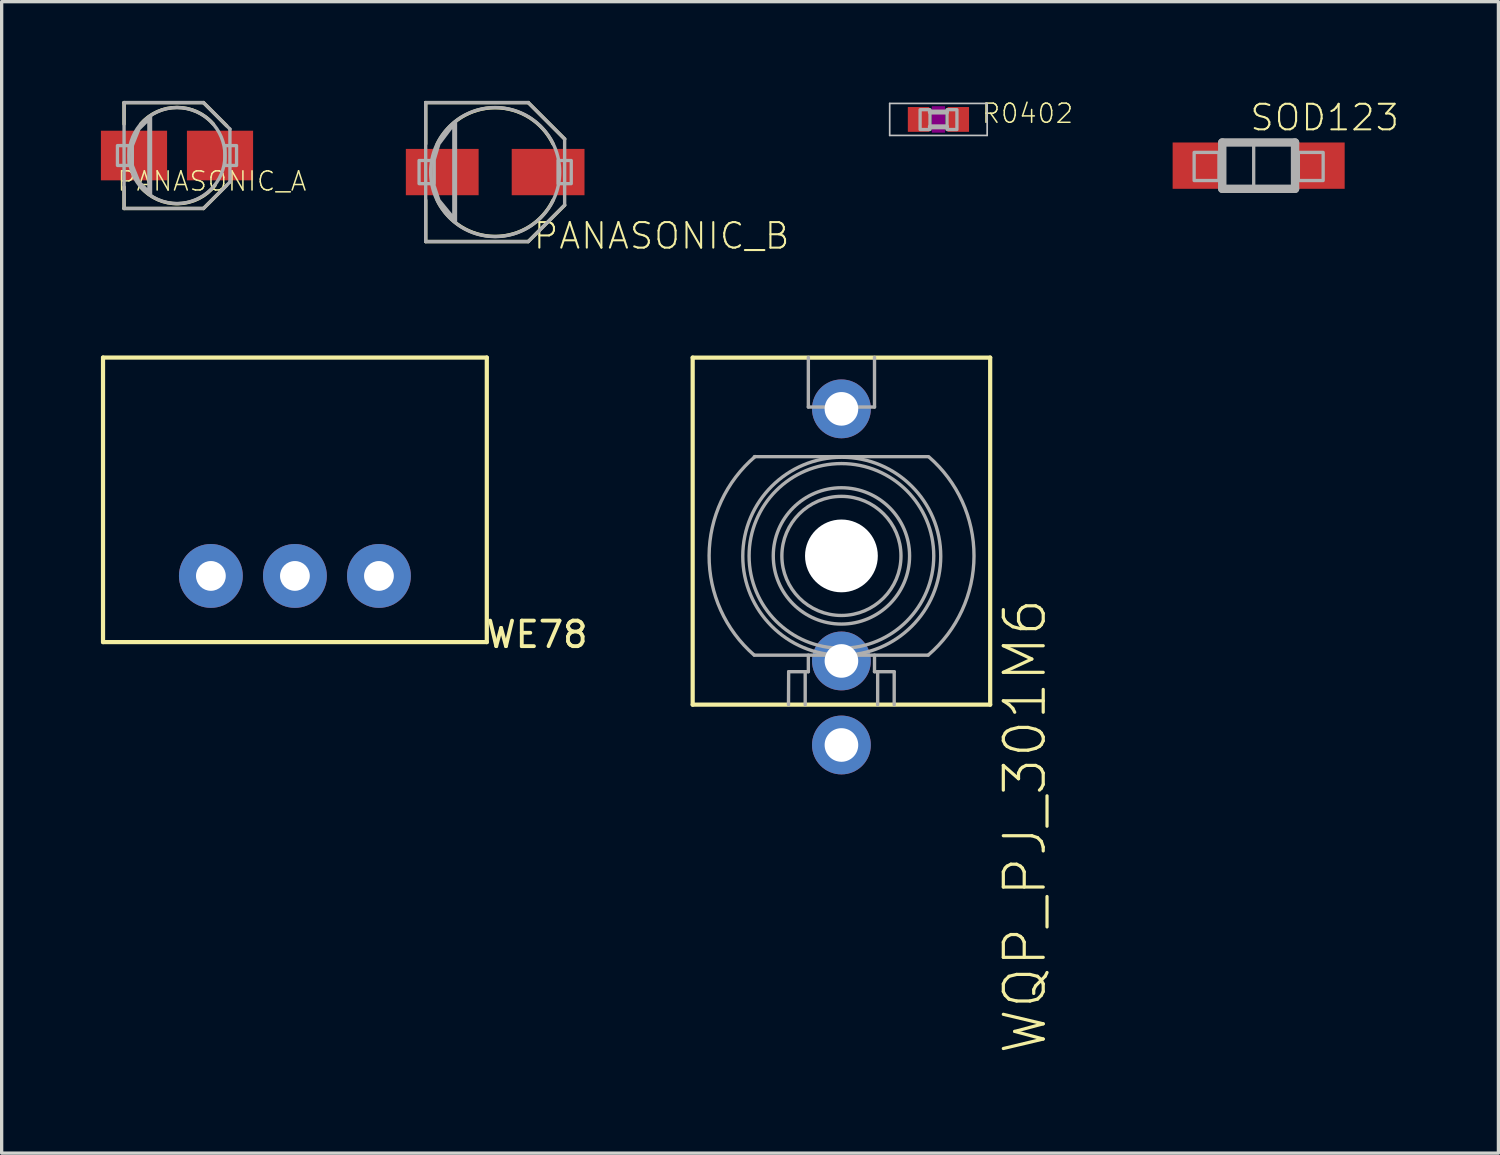
<source format=kicad_pcb>
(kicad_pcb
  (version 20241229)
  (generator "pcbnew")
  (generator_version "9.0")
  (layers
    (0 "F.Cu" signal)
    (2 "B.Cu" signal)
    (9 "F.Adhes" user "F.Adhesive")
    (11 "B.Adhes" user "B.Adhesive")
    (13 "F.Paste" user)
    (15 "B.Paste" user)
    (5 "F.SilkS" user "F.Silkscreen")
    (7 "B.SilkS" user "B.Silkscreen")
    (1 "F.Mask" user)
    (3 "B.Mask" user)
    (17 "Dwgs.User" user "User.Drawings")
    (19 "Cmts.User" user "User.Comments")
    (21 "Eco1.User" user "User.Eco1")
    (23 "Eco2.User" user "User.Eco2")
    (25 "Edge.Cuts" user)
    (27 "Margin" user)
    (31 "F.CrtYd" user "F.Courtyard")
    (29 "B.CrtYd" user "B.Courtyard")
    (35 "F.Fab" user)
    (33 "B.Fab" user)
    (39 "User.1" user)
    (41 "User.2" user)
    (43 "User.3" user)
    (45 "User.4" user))
  (footprint "R0402"
    (layer "F.Cu")
    (at 25.315 0.56)
    (property "Reference" "R0402" (at 1.27 0.159 0) (layer "F.SilkS") (effects (font (size 0.579 0.579) (thickness 0.046)) (justify left bottom)))
    (attr through_hole)
    (fp_poly (pts (xy -0.2 0.4) (xy 0.2 0.4) (xy 0.2 -0.4) (xy -0.2 -0.4)) (stroke (width 0) (type solid)) (fill yes) (layer "F.Adhes"))
    (fp_line (start -1.473 -0.483) (end 1.473 -0.483) (stroke (width 0.051) (type solid)) (layer "Dwgs.User"))
    (fp_line (start -1.473 0.483) (end -1.473 -0.483) (stroke (width 0.051) (type solid)) (layer "Dwgs.User"))
    (fp_line (start 1.473 -0.483) (end 1.473 0.483) (stroke (width 0.051) (type solid)) (layer "Dwgs.User"))
    (fp_line (start 1.473 0.483) (end -1.473 0.483) (stroke (width 0.051) (type solid)) (layer "Dwgs.User"))
    (fp_line (start -0.245 -0.224) (end 0.245 -0.224) (stroke (width 0.152) (type solid)) (layer "F.Fab"))
    (fp_line (start 0.245 0.224) (end -0.245 0.224) (stroke (width 0.152) (type solid)) (layer "F.Fab"))
    (fp_poly (pts (xy -0.554 0.305) (xy -0.254 0.305) (xy -0.254 -0.295) (xy -0.554 -0.295)) (stroke (width 0.1) (type solid)) (fill no) (layer "F.Fab"))
    (fp_poly (pts (xy 0.259 0.305) (xy 0.559 0.305) (xy 0.559 -0.295) (xy 0.259 -0.295)) (stroke (width 0.1) (type solid)) (fill no) (layer "F.Fab"))
    (pad "1" smd rect (at -0.6 0) (size 0.65 0.75) (layers "F.Cu" "F.Mask" "F.Paste"))
    (pad "2" smd rect (at 0.6 0) (size 0.65 0.75) (layers "F.Cu" "F.Mask" "F.Paste")))
  (footprint "SOD123"
    (layer "F.Cu")
    (at 34.994 1.957)
    (property "Reference" "SOD123" (at -0.306 -1 180) (layer "F.SilkS") (effects (font (size 0.772 0.772) (thickness 0.062)) (justify left bottom)))
    (attr through_hole)
    (fp_line (start -1.1 -0.7) (end 1.1 -0.7) (stroke (width 0.254) (type solid)) (layer "F.Fab"))
    (fp_line (start -1.1 0.7) (end -1.1 -0.7) (stroke (width 0.254) (type solid)) (layer "F.Fab"))
    (fp_line (start 1.1 -0.7) (end 1.1 0.7) (stroke (width 0.254) (type solid)) (layer "F.Fab"))
    (fp_line (start 1.1 0.7) (end -1.1 0.7) (stroke (width 0.254) (type solid)) (layer "F.Fab"))
    (fp_poly (pts (xy -1.95 0.45) (xy -1.2 0.45) (xy -1.2 -0.4) (xy -1.95 -0.4)) (stroke (width 0.1) (type solid)) (fill no) (layer "F.Fab"))
    (fp_poly (pts (xy -1.05 0.65) (xy -0.15 0.65) (xy -0.15 -0.7) (xy -1.05 -0.7)) (stroke (width 0.1) (type solid)) (fill no) (layer "F.Fab"))
    (fp_poly (pts (xy 1.2 0.45) (xy 1.95 0.45) (xy 1.95 -0.4) (xy 1.2 -0.4)) (stroke (width 0.1) (type solid)) (fill no) (layer "F.Fab"))
    (pad "A" smd rect (at 1.9 0) (size 1.4 1.4) (layers "F.Cu" "F.Mask" "F.Paste"))
    (pad "C" smd rect (at -1.9 0) (size 1.4 1.4) (layers "F.Cu" "F.Mask" "F.Paste")))
  (footprint "WE78"
    (layer "F.Cu")
    (at 5.864 14.358)
    (property "Reference" "WE78" (at 5.715 2.223 180) (layer "F.SilkS") (effects (font (size 0.772 0.772) (thickness 0.116)) (justify left bottom)))
    (attr through_hole)
    (fp_line (start -5.8 -6.6) (end 5.8 -6.6) (stroke (width 0.127) (type solid)) (layer "F.SilkS"))
    (fp_line (start -5.8 2) (end -5.8 -6.6) (stroke (width 0.127) (type solid)) (layer "F.SilkS"))
    (fp_line (start -5.8 2) (end 5.8 2) (stroke (width 0.127) (type solid)) (layer "F.SilkS"))
    (fp_line (start 5.8 -6.6) (end 5.8 2) (stroke (width 0.127) (type solid)) (layer "F.SilkS"))
    (pad "1" thru_hole circle (at -2.54 0 90) (size 1.93 1.93) (drill 0.9) (layers "*.Cu" "*.Mask"))
    (pad "2" thru_hole circle (at 0 0 90) (size 1.93 1.93) (drill 0.9) (layers "*.Cu" "*.Mask"))
    (pad "3" thru_hole circle (at 2.54 0 90) (size 1.93 1.93) (drill 0.9) (layers "*.Cu" "*.Mask")))
  (footprint "PANASONIC_B"
    (layer "F.Cu")
    (at 11.917 2.151)
    (property "Reference" "PANASONIC_B" (at 1.111 2.381 180) (layer "F.SilkS") (effects (font (size 0.772 0.772) (thickness 0.062)) (justify left bottom)))
    (attr through_hole)
    (fp_line (start -2.1 -2.1) (end 1 -2.1) (stroke (width 0.102) (type solid)) (layer "F.SilkS"))
    (fp_line (start -2.1 -0.85) (end -2.1 -2.1) (stroke (width 0.102) (type solid)) (layer "F.SilkS"))
    (fp_line (start -2.1 2.1) (end -2.1 0.85) (stroke (width 0.102) (type solid)) (layer "F.SilkS"))
    (fp_line (start 1 -2.1) (end 2.1 -1) (stroke (width 0.102) (type solid)) (layer "F.SilkS"))
    (fp_line (start 1 2.1) (end -2.1 2.1) (stroke (width 0.102) (type solid)) (layer "F.SilkS"))
    (fp_line (start 2.1 1) (end 1 2.1) (stroke (width 0.102) (type solid)) (layer "F.SilkS"))
    (fp_arc (start -1.75 -0.85) (mid 0 -1.945508) (end 1.75 -0.85) (stroke (width 0.1016) (type solid)) (layer "F.SilkS"))
    (fp_arc (start 1.75 0.85) (mid 0 1.945508) (end -1.75 0.85) (stroke (width 0.1016) (type solid)) (layer "F.SilkS"))
    (fp_line (start -2.1 -2.1) (end 1 -2.1) (stroke (width 0.102) (type solid)) (layer "F.Fab"))
    (fp_line (start -2.1 2.1) (end -2.1 -2.1) (stroke (width 0.102) (type solid)) (layer "F.Fab"))
    (fp_line (start -1.2 -1.5) (end -1.2 1.5) (stroke (width 0.102) (type solid)) (layer "F.Fab"))
    (fp_line (start 1 -2.1) (end 2.1 -1) (stroke (width 0.102) (type solid)) (layer "F.Fab"))
    (fp_line (start 1 2.1) (end -2.1 2.1) (stroke (width 0.102) (type solid)) (layer "F.Fab"))
    (fp_line (start 2.1 -1) (end 2.1 1) (stroke (width 0.102) (type solid)) (layer "F.Fab"))
    (fp_line (start 2.1 1) (end 1 2.1) (stroke (width 0.102) (type solid)) (layer "F.Fab"))
    (fp_circle (center 0 0) (end 1.95 0) (stroke (width 0.102) (type solid)) (fill no) (layer "F.Fab"))
    (fp_poly (pts (xy -2.3 0.35) (xy -1.85 0.35) (xy -1.85 -0.35) (xy -2.3 -0.35)) (stroke (width 0.1) (type solid)) (fill no) (layer "F.Fab"))
    (fp_poly (pts (xy 1.9 0.35) (xy 2.3 0.35) (xy 2.3 -0.35) (xy 1.9 -0.35)) (stroke (width 0.1) (type solid)) (fill no) (layer "F.Fab"))
    (fp_poly (pts (xy -1.25 -1.45) (xy -1.7 -0.85) (xy -1.85 -0.35) (xy -1.85 0.4) (xy -1.7 0.85) (xy -1.25 1.4) (xy -1.25 -1.4)) (stroke (width 0.1) (type solid)) (fill no) (layer "F.Fab"))
    (pad "+" smd rect (at 1.6 0) (size 2.2 1.4) (layers "F.Cu" "F.Mask" "F.Paste"))
    (pad "-" smd rect (at -1.6 0) (size 2.2 1.4) (layers "F.Cu" "F.Mask" "F.Paste")))
  (footprint "PANASONIC_A"
    (layer "F.Cu")
    (at 2.3 1.651)
    (property "Reference" "PANASONIC_A" (at -1.843 1.115 0) (layer "F.SilkS") (effects (font (size 0.579 0.579) (thickness 0.046)) (justify left bottom)))
    (attr through_hole)
    (fp_line (start -1.6 -1.6) (end 0.8 -1.6) (stroke (width 0.102) (type solid)) (layer "F.SilkS"))
    (fp_line (start -1.6 -0.95) (end -1.6 -1.6) (stroke (width 0.102) (type solid)) (layer "F.SilkS"))
    (fp_line (start -1.6 1.6) (end -1.6 0.95) (stroke (width 0.102) (type solid)) (layer "F.SilkS"))
    (fp_line (start 0.8 -1.6) (end 1.5 -0.9) (stroke (width 0.102) (type solid)) (layer "F.SilkS"))
    (fp_line (start 0.8 1.6) (end -1.6 1.6) (stroke (width 0.102) (type solid)) (layer "F.SilkS"))
    (fp_line (start 1.5 0.9) (end 0.8 1.6) (stroke (width 0.102) (type solid)) (layer "F.SilkS"))
    (fp_arc (start -1.1 -0.95) (mid 0 -1.453444) (end 1.1 -0.95) (stroke (width 0.1016) (type solid)) (layer "F.SilkS"))
    (fp_arc (start 1.149999 0.9) (mid 0.03681 1.456451) (end -1.1 0.95) (stroke (width 0.1016) (type solid)) (layer "F.SilkS"))
    (fp_line (start -1.6 -1.6) (end 0.8 -1.6) (stroke (width 0.102) (type solid)) (layer "F.Fab"))
    (fp_line (start -1.6 1.6) (end -1.6 -1.6) (stroke (width 0.102) (type solid)) (layer "F.Fab"))
    (fp_line (start -0.8 -1.2) (end -0.8 1.2) (stroke (width 0.102) (type solid)) (layer "F.Fab"))
    (fp_line (start 0.8 -1.6) (end 1.6 -0.8) (stroke (width 0.102) (type solid)) (layer "F.Fab"))
    (fp_line (start 0.8 1.6) (end -1.6 1.6) (stroke (width 0.102) (type solid)) (layer "F.Fab"))
    (fp_line (start 1.6 -0.8) (end 1.6 0.8) (stroke (width 0.102) (type solid)) (layer "F.Fab"))
    (fp_line (start 1.6 0.8) (end 0.8 1.6) (stroke (width 0.102) (type solid)) (layer "F.Fab"))
    (fp_circle (center 0 0) (end 1.45 0) (stroke (width 0.102) (type solid)) (fill no) (layer "F.Fab"))
    (fp_poly (pts (xy -1.8 0.3) (xy -1.45 0.3) (xy -1.45 -0.3) (xy -1.8 -0.3)) (stroke (width 0.1) (type solid)) (fill no) (layer "F.Fab"))
    (fp_poly (pts (xy 1.45 0.3) (xy 1.8 0.3) (xy 1.8 -0.3) (xy 1.45 -0.3)) (stroke (width 0.1) (type solid)) (fill no) (layer "F.Fab"))
    (fp_poly (pts (xy -0.85 -1.1) (xy -1.15 -0.8) (xy -1.35 -0.3) (xy -1.35 0.3) (xy -1.15 0.8) (xy -0.85 1.1) (xy -0.85 -1.05)) (stroke (width 0.1) (type solid)) (fill no) (layer "F.Fab"))
    (pad "+" smd rect (at 1.3 0) (size 2 1.5) (layers "F.Cu" "F.Mask" "F.Paste"))
    (pad "-" smd rect (at -1.3 0) (size 2 1.5) (layers "F.Cu" "F.Mask" "F.Paste")))
  (footprint "WQP_PJ_301M6"
    (layer "F.Cu")
    (at 22.383 13.753)
    (property "Reference" "WQP_PJ_301M6" (at 4.841 1.215 270) (layer "F.SilkS") (effects (font (size 1.206 1.206) (thickness 0.097)) (justify right top)))
    (attr through_hole)
    (fp_line (start -4.496 -5.994) (end 4.496 -5.994) (stroke (width 0.127) (type solid)) (layer "F.SilkS"))
    (fp_line (start -4.496 4.496) (end -4.496 -5.994) (stroke (width 0.127) (type solid)) (layer "F.SilkS"))
    (fp_line (start 4.496 -5.994) (end 4.496 4.496) (stroke (width 0.127) (type solid)) (layer "F.SilkS"))
    (fp_line (start 4.496 4.496) (end -4.496 4.496) (stroke (width 0.127) (type solid)) (layer "F.SilkS"))
    (fp_line (start -2.631 -3) (end 2.62 -3) (stroke (width 0.102) (type solid)) (layer "F.Fab"))
    (fp_line (start -2.631 3) (end 2.62 3) (stroke (width 0.102) (type solid)) (layer "F.Fab"))
    (fp_line (start -1.6 4.496) (end -1.595 3.5) (stroke (width 0.102) (type solid)) (layer "F.Fab"))
    (fp_line (start -1.595 3.5) (end -1.095 3.5) (stroke (width 0.102) (type solid)) (layer "F.Fab"))
    (fp_line (start -1.095 3.5) (end -1.095 4.5) (stroke (width 0.102) (type solid)) (layer "F.Fab"))
    (fp_line (start -1.095 3.5) (end -1 3.5) (stroke (width 0.102) (type solid)) (layer "F.Fab"))
    (fp_line (start -1 -4.5) (end -1 -6) (stroke (width 0.102) (type solid)) (layer "F.Fab"))
    (fp_line (start -1 0) (end 1 0) (stroke (width 0.102) (type solid)) (layer "F.Fab"))
    (fp_line (start -1 3.5) (end -1 3) (stroke (width 0.102) (type solid)) (layer "F.Fab"))
    (fp_line (start 0 -1) (end 0 1) (stroke (width 0.102) (type solid)) (layer "F.Fab"))
    (fp_line (start 1 -6) (end 1 -4.5) (stroke (width 0.102) (type solid)) (layer "F.Fab"))
    (fp_line (start 1 -4.5) (end -1 -4.5) (stroke (width 0.102) (type solid)) (layer "F.Fab"))
    (fp_line (start 1 3) (end 1 3.5) (stroke (width 0.102) (type solid)) (layer "F.Fab"))
    (fp_line (start 1 3.5) (end 1.095 3.5) (stroke (width 0.102) (type solid)) (layer "F.Fab"))
    (fp_line (start 1.095 3.5) (end 1.095 4.5) (stroke (width 0.102) (type solid)) (layer "F.Fab"))
    (fp_line (start 1.095 3.5) (end 1.595 3.5) (stroke (width 0.102) (type solid)) (layer "F.Fab"))
    (fp_line (start 1.595 3.5) (end 1.595 4.5) (stroke (width 0.102) (type solid)) (layer "F.Fab"))
    (fp_arc (start -2.641998 2.994) (mid -3.999529 -0.012791) (end -2.608 -3.004) (stroke (width 0.1016) (type solid)) (layer "F.Fab"))
    (fp_arc (start 2.642 -2.994) (mid 4.007235 0.003208) (end 2.628 2.994) (stroke (width 0.1016) (type solid)) (layer "F.Fab"))
    (fp_circle (center 0 0) (end 1.8 0) (stroke (width 0.102) (type solid)) (fill no) (layer "F.Fab"))
    (fp_circle (center 0 0) (end 2.06 0) (stroke (width 0.102) (type solid)) (fill no) (layer "F.Fab"))
    (fp_circle (center 0 0) (end 2.791 0) (stroke (width 0.102) (type solid)) (fill no) (layer "F.Fab"))
    (fp_circle (center 0.01 0.01) (end 3.002 0.01) (stroke (width 0.102) (type solid)) (fill no) (layer "F.Fab"))
    (pad "" np_thru_hole circle (at 0 0) (size 2.2 2.2) (drill 2.2) (layers "*.Cu" "*.Mask"))
    (pad "P1" thru_hole circle (at 0 5.715) (size 1.778 1.778) (drill 1.016) (layers "*.Cu" "*.Mask"))
    (pad "P2" thru_hole circle (at 0 3.175) (size 1.778 1.778) (drill 1.016) (layers "*.Cu" "*.Mask"))
    (pad "P3" thru_hole circle (at 0 -4.445) (size 1.778 1.778) (drill 1.016) (layers "*.Cu" "*.Mask")))
  (gr_rect
    (start -3 -3)
    (end 42.241 31.805)
    (stroke (width 0.1) (type default))
    (fill no)
    (layer "Edge.Cuts")))
</source>
